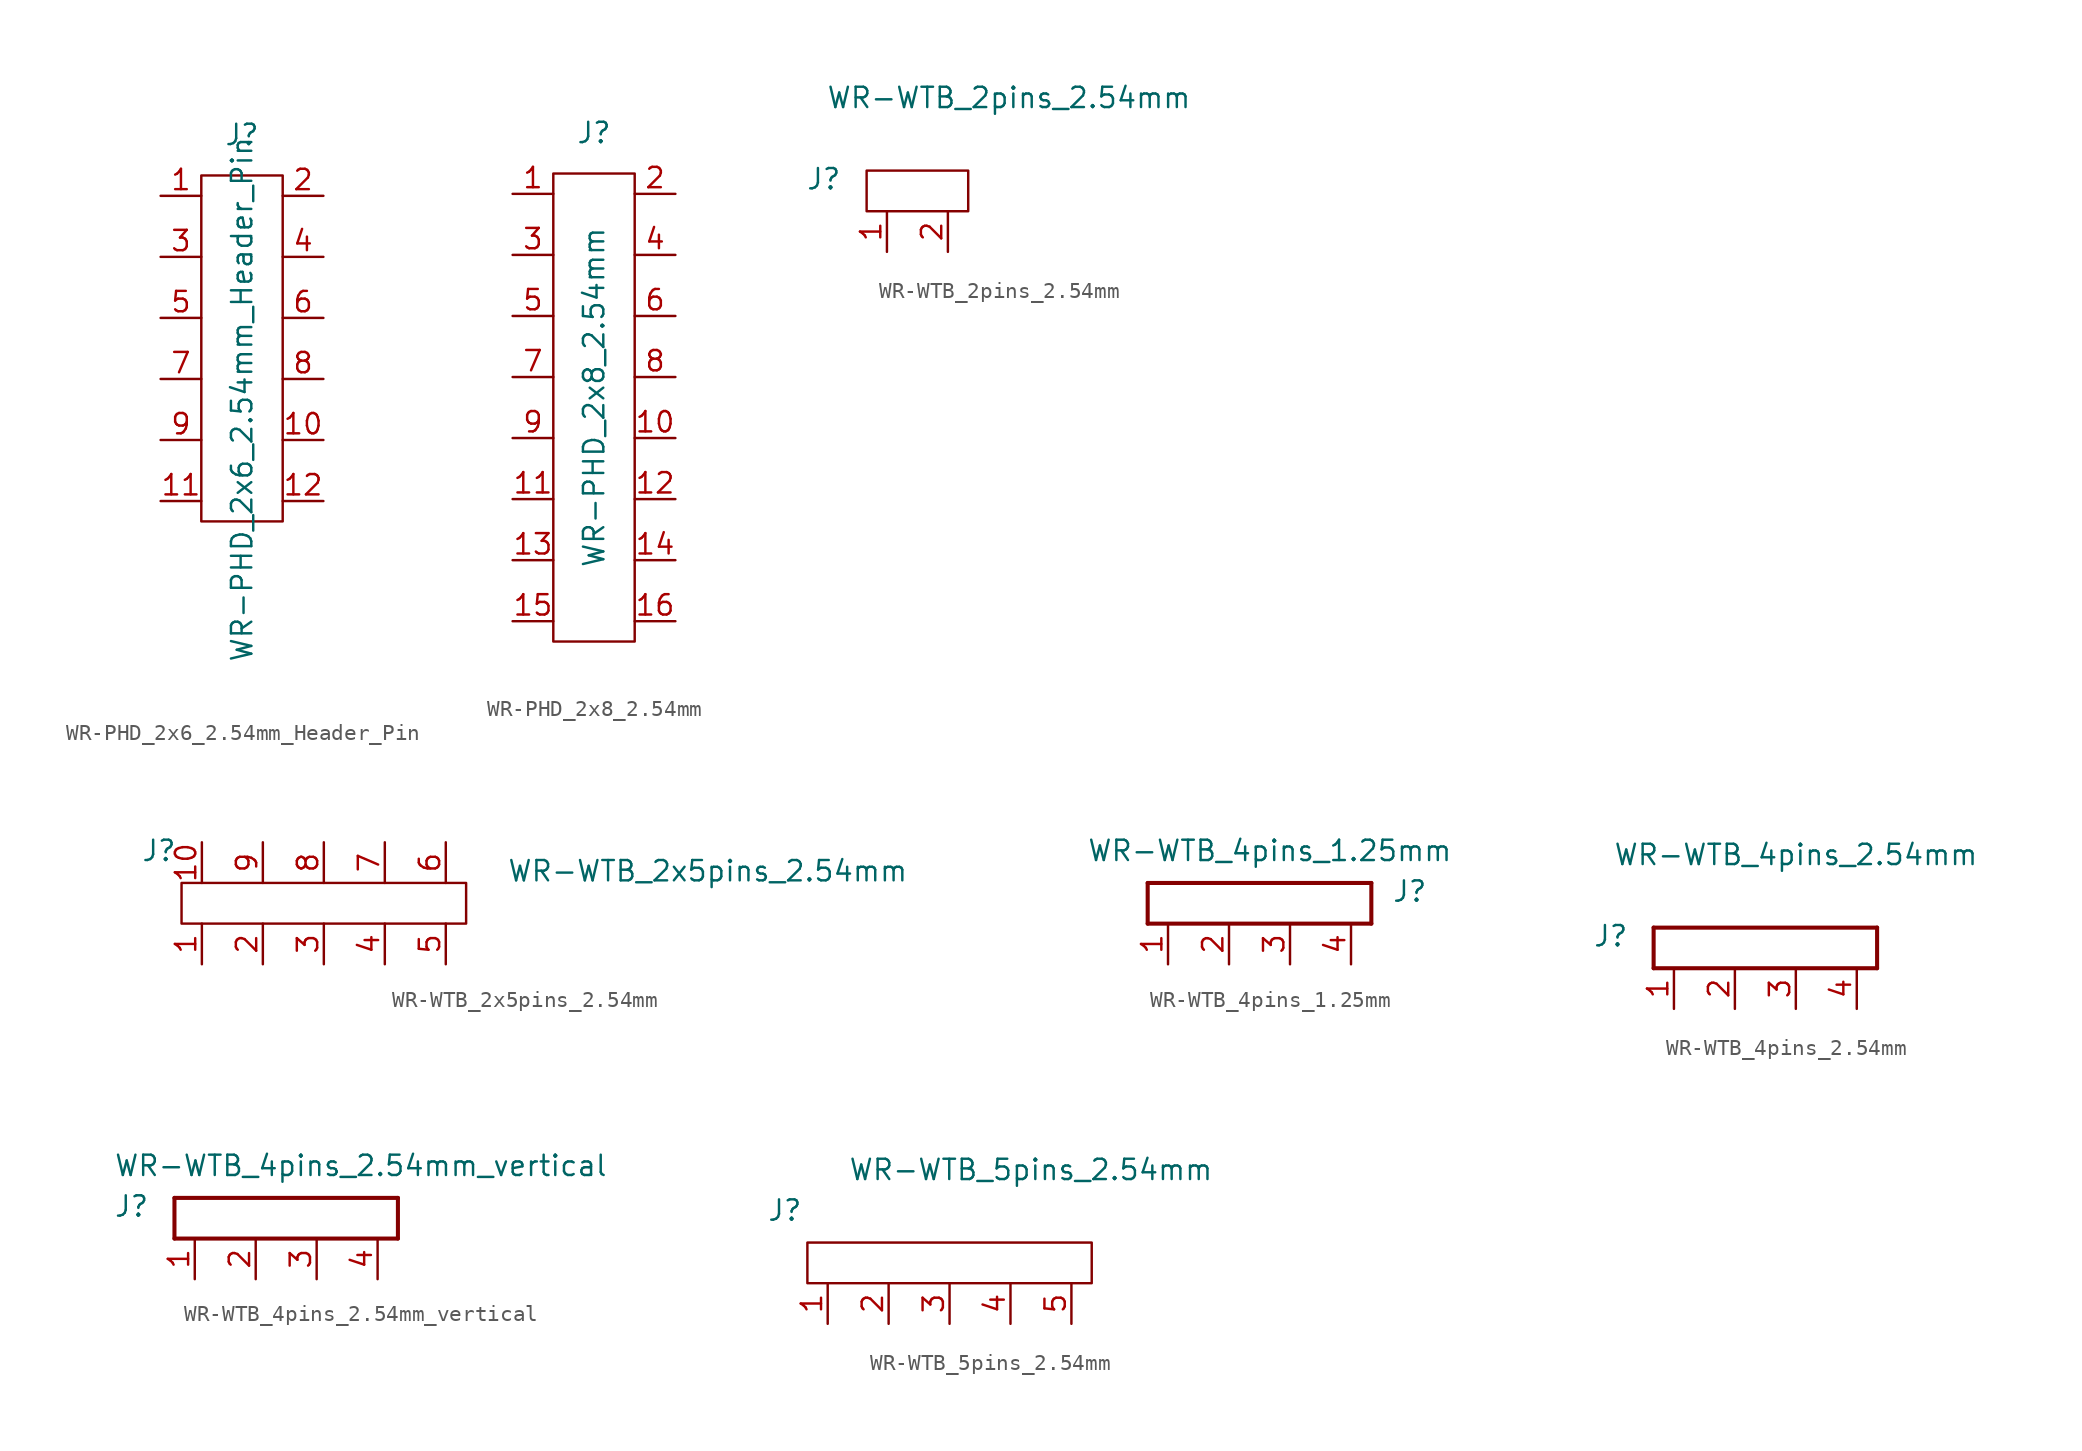
<source format=kicad_sym>
(kicad_symbol_lib
  (version 20211014)
  (generator kicad_symbol_editor)
  (symbol "WR-PHD_2x6_2.54mm_Header_Pin"
    (pin_names
      (offset 1.016))
    (property "Reference" "J"
      (at 0 0 0)
      (effects (font (size 1.27 1.27))))
    (property "Value" "WR-PHD_2x6_2.54mm_Header_Pin"
      (at 0 -16.51 90)
      (effects (font (size 1.27 1.27))))
    (symbol "WR-PHD_2x6_2.54mm_Header_Pin_0_1"
      (rectangle (start -2.54 -2.54) (end 2.54 -24.13) (stroke (width 0) (type default) (color 0 0 0 0)) (fill (type none))))
    (symbol "WR-PHD_2x6_2.54mm_Header_Pin_1_1"
      (pin passive line (at -5.08 -3.81 0) (length 2.54) (name "~" (effects (font (size 1.27 1.27)))) (number "1" (effects (font (size 1.27 1.27)))))
      (pin passive line (at 5.08 -19.05 180) (length 2.54) (name "~" (effects (font (size 1.27 1.27)))) (number "10" (effects (font (size 1.27 1.27)))))
      (pin passive line (at -5.08 -22.86 0) (length 2.54) (name "~" (effects (font (size 1.27 1.27)))) (number "11" (effects (font (size 1.27 1.27)))))
      (pin passive line (at 5.08 -22.86 180) (length 2.54) (name "~" (effects (font (size 1.27 1.27)))) (number "12" (effects (font (size 1.27 1.27)))))
      (pin passive line (at 5.08 -3.81 180) (length 2.54) (name "~" (effects (font (size 1.27 1.27)))) (number "2" (effects (font (size 1.27 1.27)))))
      (pin passive line (at -5.08 -7.62 0) (length 2.54) (name "~" (effects (font (size 1.27 1.27)))) (number "3" (effects (font (size 1.27 1.27)))))
      (pin passive line (at 5.08 -7.62 180) (length 2.54) (name "~" (effects (font (size 1.27 1.27)))) (number "4" (effects (font (size 1.27 1.27)))))
      (pin passive line (at -5.08 -11.43 0) (length 2.54) (name "~" (effects (font (size 1.27 1.27)))) (number "5" (effects (font (size 1.27 1.27)))))
      (pin passive line (at 5.08 -11.43 180) (length 2.54) (name "~" (effects (font (size 1.27 1.27)))) (number "6" (effects (font (size 1.27 1.27)))))
      (pin passive line (at -5.08 -15.24 0) (length 2.54) (name "~" (effects (font (size 1.27 1.27)))) (number "7" (effects (font (size 1.27 1.27)))))
      (pin passive line (at 5.08 -15.24 180) (length 2.54) (name "~" (effects (font (size 1.27 1.27)))) (number "8" (effects (font (size 1.27 1.27)))))
      (pin passive line (at -5.08 -19.05 0) (length 2.54) (name "~" (effects (font (size 1.27 1.27)))) (number "9" (effects (font (size 1.27 1.27)))))))
  (symbol "WR-PHD_2x8_2.54mm"
    (pin_names
      (offset 1.016))
    (property "Reference" "J"
      (at 0 0 0)
      (effects (font (size 1.27 1.27))))
    (property "Value" "WR-PHD_2x8_2.54mm"
      (at 0 -16.51 90)
      (effects (font (size 1.27 1.27))))
    (symbol "WR-PHD_2x8_2.54mm_0_1"
      (rectangle (start -2.54 -2.54) (end 2.54 -31.75) (stroke (width 0) (type default) (color 0 0 0 0)) (fill (type none))))
    (symbol "WR-PHD_2x8_2.54mm_1_1"
      (pin passive line (at -5.08 -3.81 0) (length 2.54) (name "~" (effects (font (size 1.27 1.27)))) (number "1" (effects (font (size 1.27 1.27)))))
      (pin passive line (at 5.08 -19.05 180) (length 2.54) (name "~" (effects (font (size 1.27 1.27)))) (number "10" (effects (font (size 1.27 1.27)))))
      (pin passive line (at -5.08 -22.86 0) (length 2.54) (name "~" (effects (font (size 1.27 1.27)))) (number "11" (effects (font (size 1.27 1.27)))))
      (pin passive line (at 5.08 -22.86 180) (length 2.54) (name "~" (effects (font (size 1.27 1.27)))) (number "12" (effects (font (size 1.27 1.27)))))
      (pin passive line (at -5.08 -26.67 0) (length 2.54) (name "~" (effects (font (size 1.27 1.27)))) (number "13" (effects (font (size 1.27 1.27)))))
      (pin passive line (at 5.08 -26.67 180) (length 2.54) (name "~" (effects (font (size 1.27 1.27)))) (number "14" (effects (font (size 1.27 1.27)))))
      (pin passive line (at -5.08 -30.48 0) (length 2.54) (name "~" (effects (font (size 1.27 1.27)))) (number "15" (effects (font (size 1.27 1.27)))))
      (pin passive line (at 5.08 -30.48 180) (length 2.54) (name "~" (effects (font (size 1.27 1.27)))) (number "16" (effects (font (size 1.27 1.27)))))
      (pin passive line (at 5.08 -3.81 180) (length 2.54) (name "~" (effects (font (size 1.27 1.27)))) (number "2" (effects (font (size 1.27 1.27)))))
      (pin passive line (at -5.08 -7.62 0) (length 2.54) (name "~" (effects (font (size 1.27 1.27)))) (number "3" (effects (font (size 1.27 1.27)))))
      (pin passive line (at 5.08 -7.62 180) (length 2.54) (name "~" (effects (font (size 1.27 1.27)))) (number "4" (effects (font (size 1.27 1.27)))))
      (pin passive line (at -5.08 -11.43 0) (length 2.54) (name "~" (effects (font (size 1.27 1.27)))) (number "5" (effects (font (size 1.27 1.27)))))
      (pin passive line (at 5.08 -11.43 180) (length 2.54) (name "~" (effects (font (size 1.27 1.27)))) (number "6" (effects (font (size 1.27 1.27)))))
      (pin passive line (at -5.08 -15.24 0) (length 2.54) (name "~" (effects (font (size 1.27 1.27)))) (number "7" (effects (font (size 1.27 1.27)))))
      (pin passive line (at 5.08 -15.24 180) (length 2.54) (name "~" (effects (font (size 1.27 1.27)))) (number "8" (effects (font (size 1.27 1.27)))))
      (pin passive line (at -5.08 -19.05 0) (length 2.54) (name "~" (effects (font (size 1.27 1.27)))) (number "9" (effects (font (size 1.27 1.27)))))))
  (symbol "WR-WTB_2pins_2.54mm"
    (pin_names
      (offset 1.016) hide)
    (property "Reference" "J"
      (at -12.7 -1.27 0)
      (effects (font (size 1.27 1.27)) (justify left bottom)))
    (property "Value" "WR-WTB_2pins_2.54mm"
      (at -11.43 3.81 0)
      (effects (font (size 1.27 1.27)) (justify left bottom)))
    (symbol "WR-WTB_2pins_2.54mm_0_1"
      (polyline (pts (xy -8.89 0) (xy -2.54 0) (xy -2.54 -2.54) (xy -8.89 -2.54) (xy -8.89 0)) (stroke (width 0) (type default) (color 0 0 0 0)) (fill (type none))))
    (symbol "WR-WTB_2pins_2.54mm_1_1"
      (pin passive line (at -7.62 -5.08 90) (length 2.54) (name "~" (effects (font (size 1.27 1.27)))) (number "1" (effects (font (size 1.27 1.27)))))
      (pin passive line (at -3.81 -5.08 90) (length 2.54) (name "~" (effects (font (size 1.27 1.27)))) (number "2" (effects (font (size 1.27 1.27)))))))
  (symbol "WR-WTB_2x5pins_2.54mm"
    (pin_names
      (offset 1.016) hide)
    (property "Reference" "J"
      (at -12.7 -1.27 0)
      (effects (font (size 1.27 1.27)) (justify left bottom)))
    (property "Value" "WR-WTB_2x5pins_2.54mm"
      (at 10.16 -2.54 0)
      (effects (font (size 1.27 1.27)) (justify left bottom)))
    (symbol "WR-WTB_2x5pins_2.54mm_0_1"
      (rectangle (start 7.62 -5.08) (end -10.16 -2.54) (stroke (width 0) (type default) (color 0 0 0 0)) (fill (type none))))
    (symbol "WR-WTB_2x5pins_2.54mm_1_1"
      (pin passive line (at -8.89 -7.62 90) (length 2.54) (name "~" (effects (font (size 1.27 1.27)))) (number "1" (effects (font (size 1.27 1.27)))))
      (pin passive line (at -8.89 0 270) (length 2.54) (name "~" (effects (font (size 1.27 1.27)))) (number "10" (effects (font (size 1.27 1.27)))))
      (pin passive line (at -5.08 -7.62 90) (length 2.54) (name "~" (effects (font (size 1.27 1.27)))) (number "2" (effects (font (size 1.27 1.27)))))
      (pin passive line (at -1.27 -7.62 90) (length 2.54) (name "~" (effects (font (size 1.27 1.27)))) (number "3" (effects (font (size 1.27 1.27)))))
      (pin passive line (at 2.54 -7.62 90) (length 2.54) (name "~" (effects (font (size 1.27 1.27)))) (number "4" (effects (font (size 1.27 1.27)))))
      (pin passive line (at 6.35 -7.62 90) (length 2.54) (name "~" (effects (font (size 1.27 1.27)))) (number "5" (effects (font (size 1.27 1.27)))))
      (pin passive line (at 6.35 0 270) (length 2.54) (name "~" (effects (font (size 1.27 1.27)))) (number "6" (effects (font (size 1.27 1.27)))))
      (pin passive line (at 2.54 0 270) (length 2.54) (name "~" (effects (font (size 1.27 1.27)))) (number "7" (effects (font (size 1.27 1.27)))))
      (pin passive line (at -1.27 0 270) (length 2.54) (name "~" (effects (font (size 1.27 1.27)))) (number "8" (effects (font (size 1.27 1.27)))))
      (pin passive line (at -5.08 0 270) (length 2.54) (name "~" (effects (font (size 1.27 1.27)))) (number "9" (effects (font (size 1.27 1.27)))))))
  (symbol "WR-WTB_4pins_1.25mm"
    (pin_names
      (offset 1.016) hide)
    (property "Reference" "J"
      (at 6.35 -1.27 0)
      (effects (font (size 1.27 1.27)) (justify left bottom)))
    (property "Value" "WR-WTB_4pins_1.25mm"
      (at -12.7 1.27 0)
      (effects (font (size 1.27 1.27)) (justify left bottom)))
    (symbol "WR-WTB_4pins_1.25mm_0_0"
      (polyline (pts (xy -8.89 -2.54) (xy -8.89 0)) (stroke (width 0.254) (type default) (color 0 0 0 0)) (fill (type none)))
      (polyline (pts (xy -8.89 0) (xy 5.08 0)) (stroke (width 0.254) (type default) (color 0 0 0 0)) (fill (type none)))
      (polyline (pts (xy 5.08 -2.54) (xy -8.89 -2.54)) (stroke (width 0.254) (type default) (color 0 0 0 0)) (fill (type none)))
      (polyline (pts (xy 5.08 0) (xy 5.08 -2.54)) (stroke (width 0.254) (type default) (color 0 0 0 0)) (fill (type none))))
    (symbol "WR-WTB_4pins_1.25mm_1_1"
      (pin passive line (at -7.62 -5.08 90) (length 2.54) (name "~" (effects (font (size 1.27 1.27)))) (number "1" (effects (font (size 1.27 1.27)))))
      (pin passive line (at -3.81 -5.08 90) (length 2.54) (name "~" (effects (font (size 1.27 1.27)))) (number "2" (effects (font (size 1.27 1.27)))))
      (pin passive line (at 0 -5.08 90) (length 2.54) (name "~" (effects (font (size 1.27 1.27)))) (number "3" (effects (font (size 1.27 1.27)))))
      (pin passive line (at 3.81 -5.08 90) (length 2.54) (name "~" (effects (font (size 1.27 1.27)))) (number "4" (effects (font (size 1.27 1.27)))))))
  (symbol "WR-WTB_4pins_2.54mm"
    (pin_names
      (offset 1.016) hide)
    (property "Reference" "J"
      (at -12.7 -1.27 0)
      (effects (font (size 1.27 1.27)) (justify left bottom)))
    (property "Value" "WR-WTB_4pins_2.54mm"
      (at -11.43 3.81 0)
      (effects (font (size 1.27 1.27)) (justify left bottom)))
    (symbol "WR-WTB_4pins_2.54mm_0_0"
      (polyline (pts (xy -8.89 -2.54) (xy -8.89 0)) (stroke (width 0.254) (type default) (color 0 0 0 0)) (fill (type none)))
      (polyline (pts (xy -8.89 0) (xy 5.08 0)) (stroke (width 0.254) (type default) (color 0 0 0 0)) (fill (type none)))
      (polyline (pts (xy 5.08 -2.54) (xy -8.89 -2.54)) (stroke (width 0.254) (type default) (color 0 0 0 0)) (fill (type none)))
      (polyline (pts (xy 5.08 0) (xy 5.08 -2.54)) (stroke (width 0.254) (type default) (color 0 0 0 0)) (fill (type none))))
    (symbol "WR-WTB_4pins_2.54mm_1_1"
      (pin passive line (at -7.62 -5.08 90) (length 2.54) (name "~" (effects (font (size 1.27 1.27)))) (number "1" (effects (font (size 1.27 1.27)))))
      (pin passive line (at -3.81 -5.08 90) (length 2.54) (name "~" (effects (font (size 1.27 1.27)))) (number "2" (effects (font (size 1.27 1.27)))))
      (pin passive line (at 0 -5.08 90) (length 2.54) (name "~" (effects (font (size 1.27 1.27)))) (number "3" (effects (font (size 1.27 1.27)))))
      (pin passive line (at 3.81 -5.08 90) (length 2.54) (name "~" (effects (font (size 1.27 1.27)))) (number "4" (effects (font (size 1.27 1.27)))))))
  (symbol "WR-WTB_4pins_2.54mm_vertical"
    (pin_names
      (offset 1.016) hide)
    (property "Reference" "J"
      (at -12.7 -1.27 0)
      (effects (font (size 1.27 1.27)) (justify left bottom)))
    (property "Value" "WR-WTB_4pins_2.54mm_vertical"
      (at -12.7 1.27 0)
      (effects (font (size 1.27 1.27)) (justify left bottom)))
    (symbol "WR-WTB_4pins_2.54mm_vertical_0_0"
      (polyline (pts (xy -8.89 -2.54) (xy -8.89 0)) (stroke (width 0.254) (type default) (color 0 0 0 0)) (fill (type none)))
      (polyline (pts (xy -8.89 0) (xy 5.08 0)) (stroke (width 0.254) (type default) (color 0 0 0 0)) (fill (type none)))
      (polyline (pts (xy 5.08 -2.54) (xy -8.89 -2.54)) (stroke (width 0.254) (type default) (color 0 0 0 0)) (fill (type none)))
      (polyline (pts (xy 5.08 0) (xy 5.08 -2.54)) (stroke (width 0.254) (type default) (color 0 0 0 0)) (fill (type none))))
    (symbol "WR-WTB_4pins_2.54mm_vertical_1_1"
      (pin passive line (at -7.62 -5.08 90) (length 2.54) (name "~" (effects (font (size 1.27 1.27)))) (number "1" (effects (font (size 1.27 1.27)))))
      (pin passive line (at -3.81 -5.08 90) (length 2.54) (name "~" (effects (font (size 1.27 1.27)))) (number "2" (effects (font (size 1.27 1.27)))))
      (pin passive line (at 0 -5.08 90) (length 2.54) (name "~" (effects (font (size 1.27 1.27)))) (number "3" (effects (font (size 1.27 1.27)))))
      (pin passive line (at 3.81 -5.08 90) (length 2.54) (name "~" (effects (font (size 1.27 1.27)))) (number "4" (effects (font (size 1.27 1.27)))))))
  (symbol "WR-WTB_5pins_2.54mm"
    (pin_names
      (offset 1.016) hide)
    (property "Reference" "J"
      (at -12.7 -1.27 0)
      (effects (font (size 1.27 1.27)) (justify left bottom)))
    (property "Value" "WR-WTB_5pins_2.54mm"
      (at -7.62 1.27 0)
      (effects (font (size 1.27 1.27)) (justify left bottom)))
    (symbol "WR-WTB_5pins_2.54mm_0_1"
      (rectangle (start 7.62 -5.08) (end -10.16 -2.54) (stroke (width 0) (type default) (color 0 0 0 0)) (fill (type none))))
    (symbol "WR-WTB_5pins_2.54mm_1_1"
      (pin passive line (at -8.89 -7.62 90) (length 2.54) (name "~" (effects (font (size 1.27 1.27)))) (number "1" (effects (font (size 1.27 1.27)))))
      (pin passive line (at -5.08 -7.62 90) (length 2.54) (name "~" (effects (font (size 1.27 1.27)))) (number "2" (effects (font (size 1.27 1.27)))))
      (pin passive line (at -1.27 -7.62 90) (length 2.54) (name "~" (effects (font (size 1.27 1.27)))) (number "3" (effects (font (size 1.27 1.27)))))
      (pin passive line (at 2.54 -7.62 90) (length 2.54) (name "~" (effects (font (size 1.27 1.27)))) (number "4" (effects (font (size 1.27 1.27)))))
      (pin passive line (at 6.35 -7.62 90) (length 2.54) (name "~" (effects (font (size 1.27 1.27)))) (number "5" (effects (font (size 1.27 1.27))))))))
</source>
